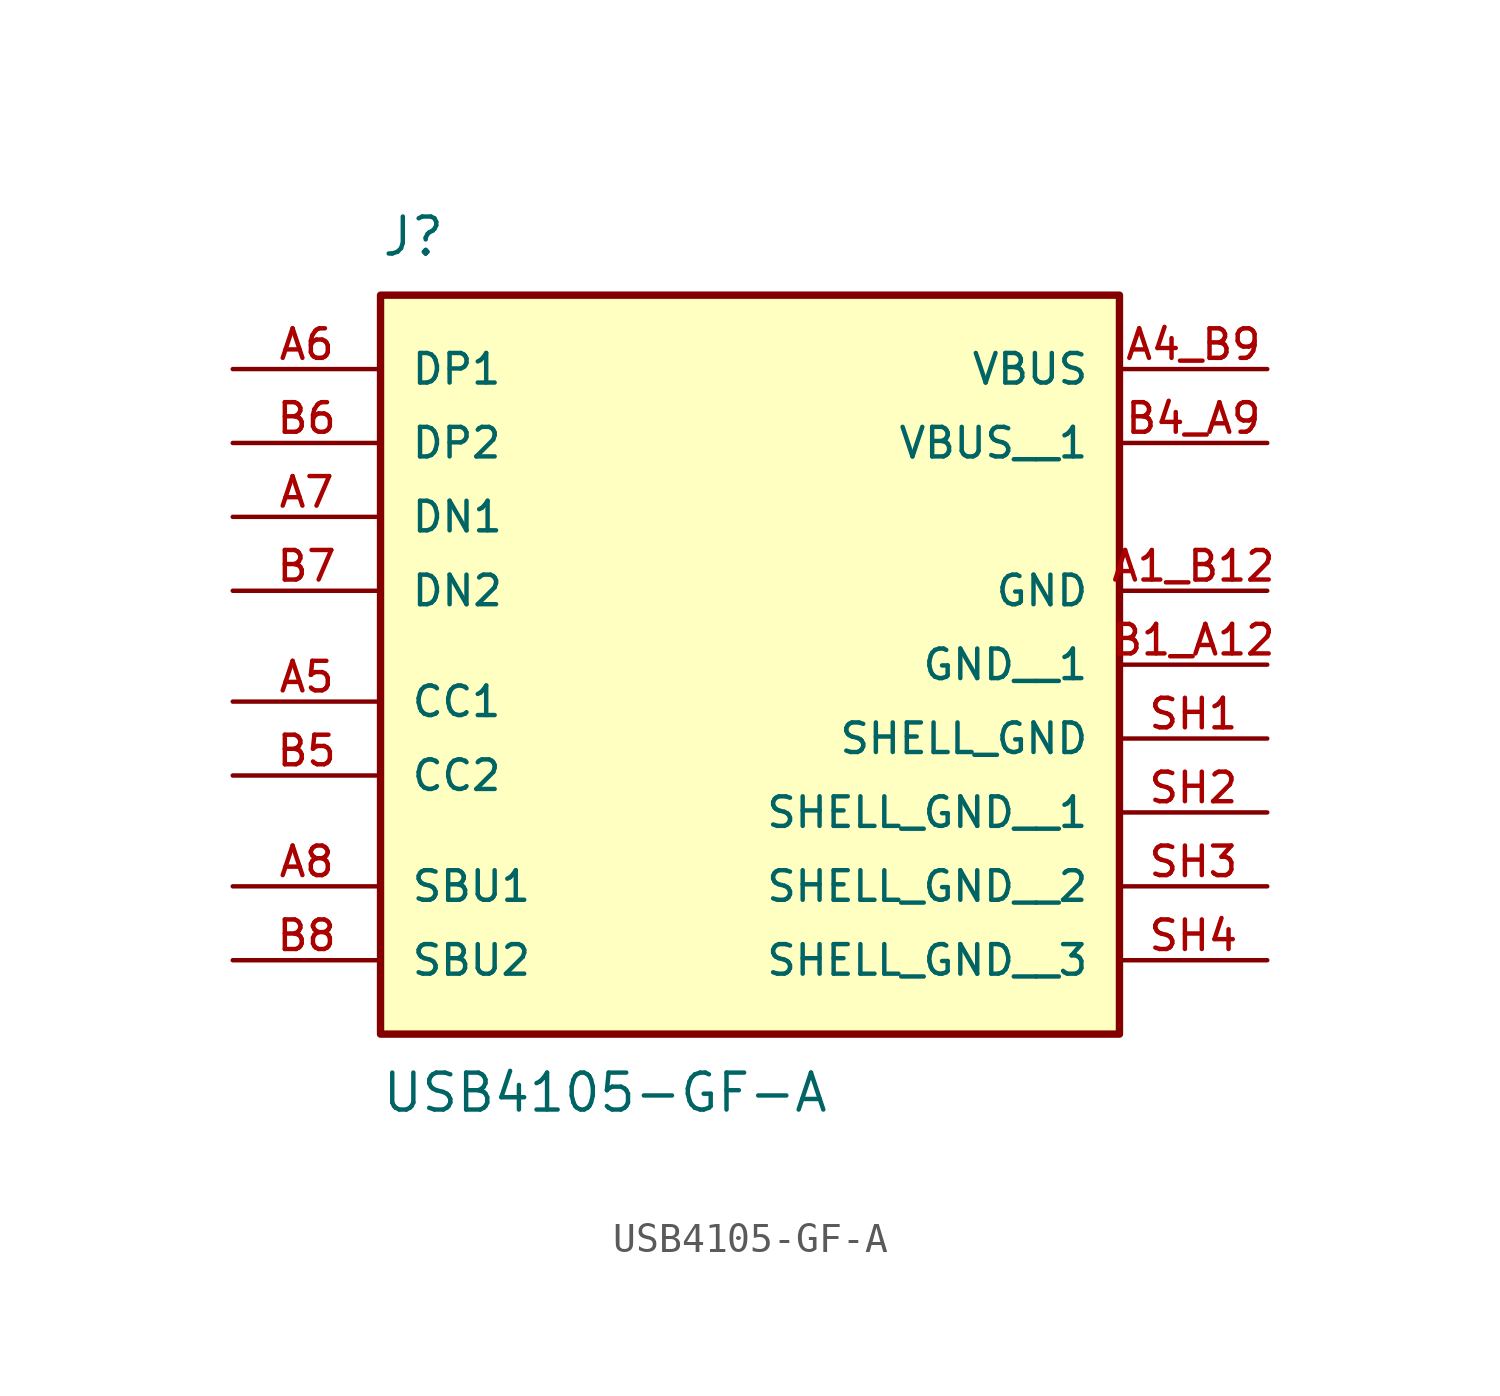
<source format=kicad_sym>
(kicad_symbol_lib
  (version 20241209)
  (generator "kicad_symbol_editor")
  (generator_version "9.0")
  (symbol "USB4105-GF-A"
    (pin_names
      (offset 1.016))
    (property "Reference" "J"
      (at -12.7 13.97 0)
      (effects (font (size 1.27 1.27)) (justify left bottom)))
    (property "Value" "USB4105-GF-A"
      (at -12.7 -13.97 0)
      (effects (font (size 1.27 1.27)) (justify left top)))
    (symbol "USB4105-GF-A_0_0"
      (rectangle (start -12.7 12.7) (end 12.7 -12.7) (stroke (width 0.254) (type default)) (fill (type background)))
      (pin bidirectional line (at -17.78 10.16 0) (length 5.08) (name "DP1" (effects (font (size 1.016 1.016)))) (number "A6" (effects (font (size 1.016 1.016)))))
      (pin bidirectional line (at -17.78 7.62 0) (length 5.08) (name "DP2" (effects (font (size 1.016 1.016)))) (number "B6" (effects (font (size 1.016 1.016)))))
      (pin bidirectional line (at -17.78 5.08 0) (length 5.08) (name "DN1" (effects (font (size 1.016 1.016)))) (number "A7" (effects (font (size 1.016 1.016)))))
      (pin bidirectional line (at -17.78 2.54 0) (length 5.08) (name "DN2" (effects (font (size 1.016 1.016)))) (number "B7" (effects (font (size 1.016 1.016)))))
      (pin bidirectional line (at -17.78 -1.27 0) (length 5.08) (name "CC1" (effects (font (size 1.016 1.016)))) (number "A5" (effects (font (size 1.016 1.016)))))
      (pin bidirectional line (at -17.78 -3.81 0) (length 5.08) (name "CC2" (effects (font (size 1.016 1.016)))) (number "B5" (effects (font (size 1.016 1.016)))))
      (pin bidirectional line (at -17.78 -7.62 0) (length 5.08) (name "SBU1" (effects (font (size 1.016 1.016)))) (number "A8" (effects (font (size 1.016 1.016)))))
      (pin bidirectional line (at -17.78 -10.16 0) (length 5.08) (name "SBU2" (effects (font (size 1.016 1.016)))) (number "B8" (effects (font (size 1.016 1.016)))))
      (pin power_in line (at 17.78 10.16 180) (length 5.08) (name "VBUS" (effects (font (size 1.016 1.016)))) (number "A4_B9" (effects (font (size 1.016 1.016)))))
      (pin power_in line (at 17.78 7.62 180) (length 5.08) (name "VBUS__1" (effects (font (size 1.016 1.016)))) (number "B4_A9" (effects (font (size 1.016 1.016)))))
      (pin power_in line (at 17.78 2.54 180) (length 5.08) (name "GND" (effects (font (size 1.016 1.016)))) (number "A1_B12" (effects (font (size 1.016 1.016)))))
      (pin power_in line (at 17.78 0 180) (length 5.08) (name "GND__1" (effects (font (size 1.016 1.016)))) (number "B1_A12" (effects (font (size 1.016 1.016)))))
      (pin power_in line (at 17.78 -2.54 180) (length 5.08) (name "SHELL_GND" (effects (font (size 1.016 1.016)))) (number "SH1" (effects (font (size 1.016 1.016)))))
      (pin power_in line (at 17.78 -5.08 180) (length 5.08) (name "SHELL_GND__1" (effects (font (size 1.016 1.016)))) (number "SH2" (effects (font (size 1.016 1.016)))))
      (pin power_in line (at 17.78 -7.62 180) (length 5.08) (name "SHELL_GND__2" (effects (font (size 1.016 1.016)))) (number "SH3" (effects (font (size 1.016 1.016)))))
      (pin power_in line (at 17.78 -10.16 180) (length 5.08) (name "SHELL_GND__3" (effects (font (size 1.016 1.016)))) (number "SH4" (effects (font (size 1.016 1.016))))))))
</source>
